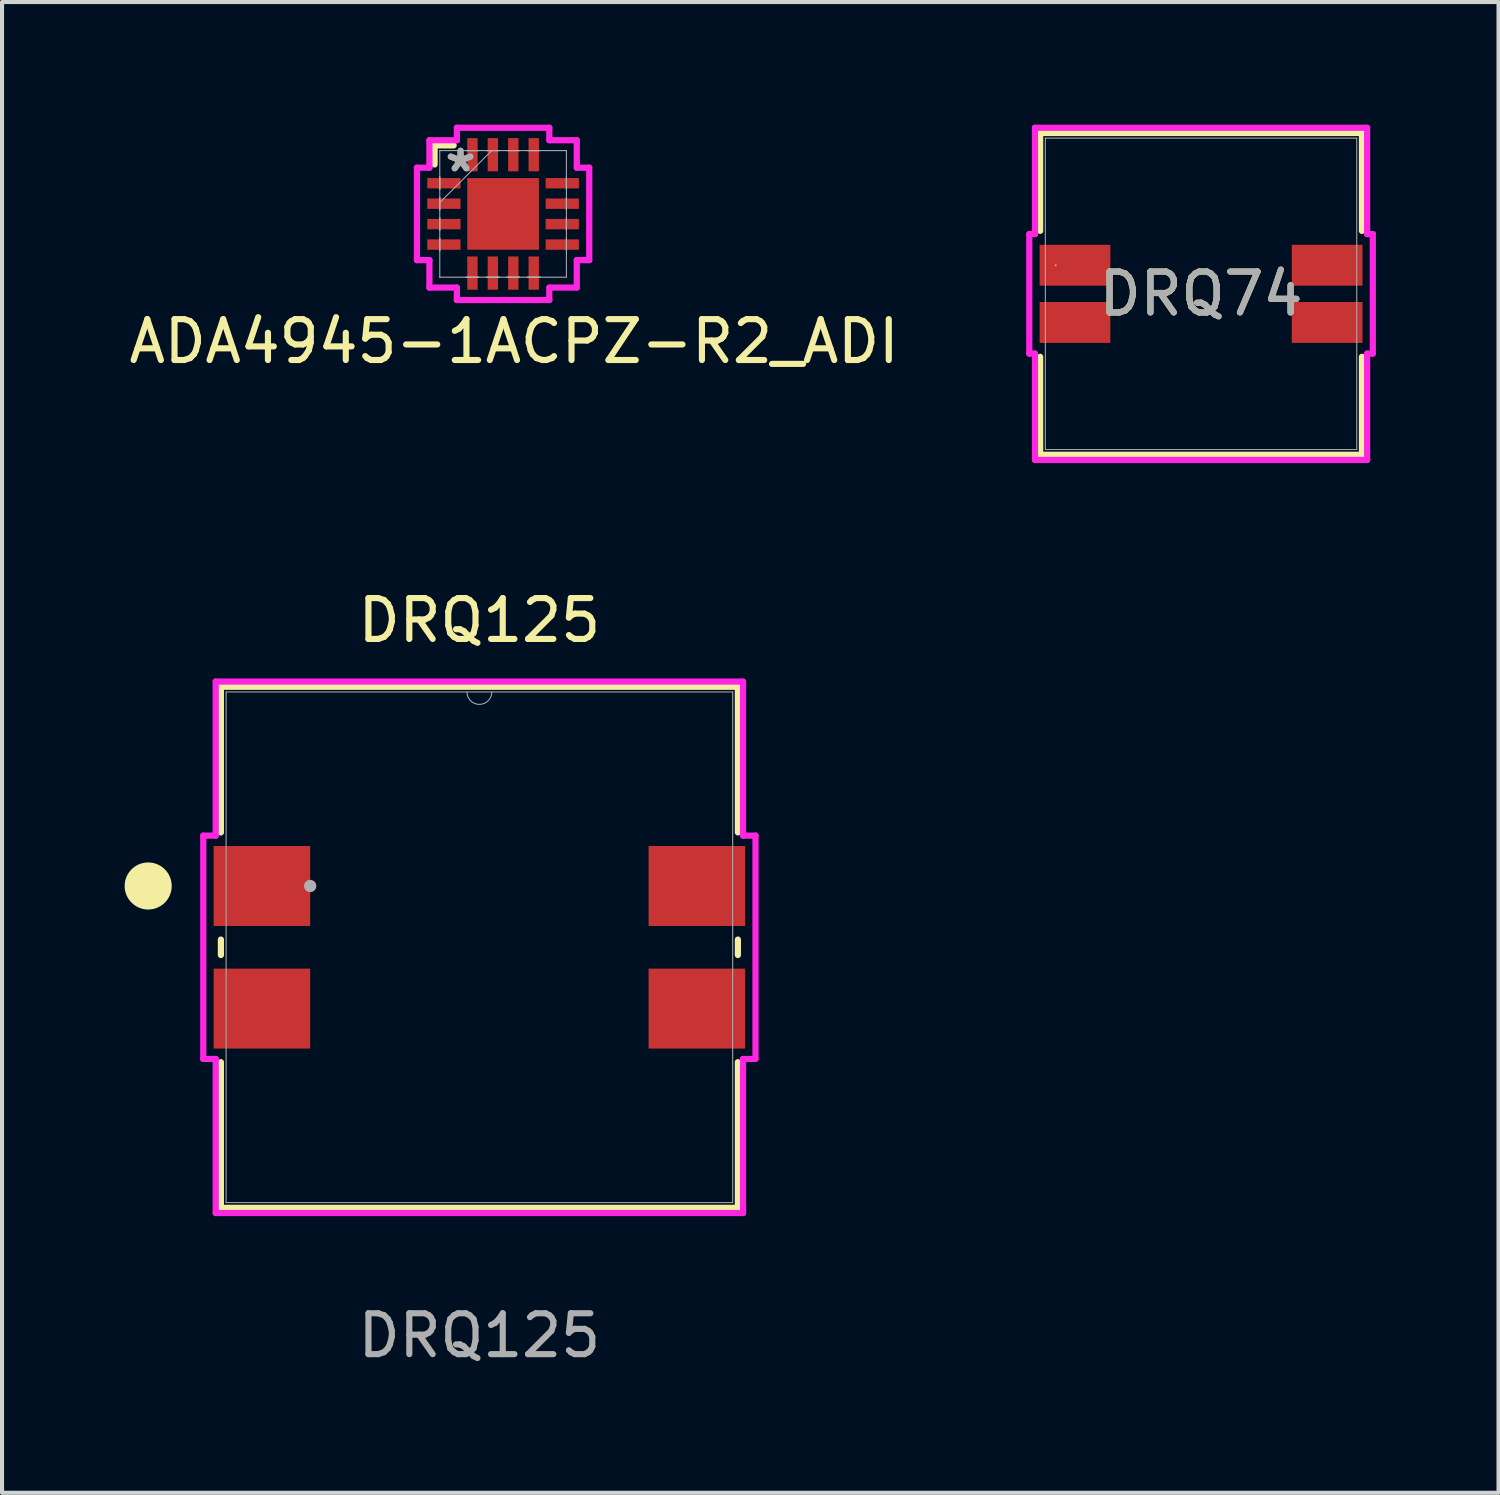
<source format=kicad_pcb>
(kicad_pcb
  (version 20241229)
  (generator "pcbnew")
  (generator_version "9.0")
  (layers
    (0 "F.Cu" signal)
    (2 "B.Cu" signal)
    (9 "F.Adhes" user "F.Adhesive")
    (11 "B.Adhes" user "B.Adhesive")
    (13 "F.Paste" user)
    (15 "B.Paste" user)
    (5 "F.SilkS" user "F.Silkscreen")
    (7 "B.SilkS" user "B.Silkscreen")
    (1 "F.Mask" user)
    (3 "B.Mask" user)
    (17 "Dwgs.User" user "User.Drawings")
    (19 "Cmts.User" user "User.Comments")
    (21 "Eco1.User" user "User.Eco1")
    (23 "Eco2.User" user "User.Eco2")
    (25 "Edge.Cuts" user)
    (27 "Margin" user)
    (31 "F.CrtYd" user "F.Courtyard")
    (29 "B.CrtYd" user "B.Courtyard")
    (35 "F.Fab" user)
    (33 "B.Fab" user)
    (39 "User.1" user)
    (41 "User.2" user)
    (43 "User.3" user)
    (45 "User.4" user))
  (footprint "ADA4945-1ACPZ-R2_ADI"
    (layer "F.Cu")
    (at 9.26 2.184)
    (property "Reference" "ADA4945-1ACPZ-R2_ADI" (at 0.27 3.12 0) (unlocked yes) (layer "F.SilkS") (effects (font (size 1 1) (thickness 0.15))))
    (attr smd)
    (fp_line (start -1.676 -1.676) (end -1.676 -1.21) (stroke (width 0.152) (type solid)) (layer "F.SilkS"))
    (fp_line (start -1.21 -1.676) (end -1.676 -1.676) (stroke (width 0.152) (type solid)) (layer "F.SilkS"))
    (fp_line (start -2.108 -1.131) (end -1.803 -1.131) (stroke (width 0.152) (type solid)) (layer "F.CrtYd"))
    (fp_line (start -2.108 1.131) (end -2.108 -1.131) (stroke (width 0.152) (type solid)) (layer "F.CrtYd"))
    (fp_line (start -1.803 -1.803) (end -1.131 -1.803) (stroke (width 0.152) (type solid)) (layer "F.CrtYd"))
    (fp_line (start -1.803 -1.131) (end -1.803 -1.803) (stroke (width 0.152) (type solid)) (layer "F.CrtYd"))
    (fp_line (start -1.803 1.131) (end -2.108 1.131) (stroke (width 0.152) (type solid)) (layer "F.CrtYd"))
    (fp_line (start -1.803 1.803) (end -1.803 1.131) (stroke (width 0.152) (type solid)) (layer "F.CrtYd"))
    (fp_line (start -1.131 -2.108) (end 1.131 -2.108) (stroke (width 0.152) (type solid)) (layer "F.CrtYd"))
    (fp_line (start -1.131 -1.803) (end -1.131 -2.108) (stroke (width 0.152) (type solid)) (layer "F.CrtYd"))
    (fp_line (start -1.131 1.803) (end -1.803 1.803) (stroke (width 0.152) (type solid)) (layer "F.CrtYd"))
    (fp_line (start -1.131 2.108) (end -1.131 1.803) (stroke (width 0.152) (type solid)) (layer "F.CrtYd"))
    (fp_line (start 1.131 -2.108) (end 1.131 -1.803) (stroke (width 0.152) (type solid)) (layer "F.CrtYd"))
    (fp_line (start 1.131 -1.803) (end 1.803 -1.803) (stroke (width 0.152) (type solid)) (layer "F.CrtYd"))
    (fp_line (start 1.131 1.803) (end 1.131 2.108) (stroke (width 0.152) (type solid)) (layer "F.CrtYd"))
    (fp_line (start 1.131 2.108) (end -1.131 2.108) (stroke (width 0.152) (type solid)) (layer "F.CrtYd"))
    (fp_line (start 1.803 -1.803) (end 1.803 -1.131) (stroke (width 0.152) (type solid)) (layer "F.CrtYd"))
    (fp_line (start 1.803 -1.131) (end 2.108 -1.131) (stroke (width 0.152) (type solid)) (layer "F.CrtYd"))
    (fp_line (start 1.803 1.131) (end 1.803 1.803) (stroke (width 0.152) (type solid)) (layer "F.CrtYd"))
    (fp_line (start 1.803 1.803) (end 1.131 1.803) (stroke (width 0.152) (type solid)) (layer "F.CrtYd"))
    (fp_line (start 2.108 -1.131) (end 2.108 1.131) (stroke (width 0.152) (type solid)) (layer "F.CrtYd"))
    (fp_line (start 2.108 1.131) (end 1.803 1.131) (stroke (width 0.152) (type solid)) (layer "F.CrtYd"))
    (fp_line (start -1.549 -1.549) (end -1.549 -1.549) (stroke (width 0.025) (type solid)) (layer "F.Fab"))
    (fp_line (start -1.549 -1.549) (end -1.549 1.549) (stroke (width 0.025) (type solid)) (layer "F.Fab"))
    (fp_line (start -1.549 -0.902) (end -1.549 -0.902) (stroke (width 0.025) (type solid)) (layer "F.Fab"))
    (fp_line (start -1.549 -0.902) (end -1.549 -0.598) (stroke (width 0.025) (type solid)) (layer "F.Fab"))
    (fp_line (start -1.549 -0.598) (end -1.549 -0.902) (stroke (width 0.025) (type solid)) (layer "F.Fab"))
    (fp_line (start -1.549 -0.598) (end -1.549 -0.598) (stroke (width 0.025) (type solid)) (layer "F.Fab"))
    (fp_line (start -1.549 -0.402) (end -1.549 -0.402) (stroke (width 0.025) (type solid)) (layer "F.Fab"))
    (fp_line (start -1.549 -0.402) (end -1.549 -0.098) (stroke (width 0.025) (type solid)) (layer "F.Fab"))
    (fp_line (start -1.549 -0.279) (end -0.279 -1.549) (stroke (width 0.025) (type solid)) (layer "F.Fab"))
    (fp_line (start -1.549 -0.098) (end -1.549 -0.402) (stroke (width 0.025) (type solid)) (layer "F.Fab"))
    (fp_line (start -1.549 -0.098) (end -1.549 -0.098) (stroke (width 0.025) (type solid)) (layer "F.Fab"))
    (fp_line (start -1.549 0.098) (end -1.549 0.098) (stroke (width 0.025) (type solid)) (layer "F.Fab"))
    (fp_line (start -1.549 0.098) (end -1.549 0.402) (stroke (width 0.025) (type solid)) (layer "F.Fab"))
    (fp_line (start -1.549 0.402) (end -1.549 0.098) (stroke (width 0.025) (type solid)) (layer "F.Fab"))
    (fp_line (start -1.549 0.402) (end -1.549 0.402) (stroke (width 0.025) (type solid)) (layer "F.Fab"))
    (fp_line (start -1.549 0.598) (end -1.549 0.598) (stroke (width 0.025) (type solid)) (layer "F.Fab"))
    (fp_line (start -1.549 0.598) (end -1.549 0.902) (stroke (width 0.025) (type solid)) (layer "F.Fab"))
    (fp_line (start -1.549 0.902) (end -1.549 0.598) (stroke (width 0.025) (type solid)) (layer "F.Fab"))
    (fp_line (start -1.549 0.902) (end -1.549 0.902) (stroke (width 0.025) (type solid)) (layer "F.Fab"))
    (fp_line (start -1.549 1.549) (end -1.549 1.549) (stroke (width 0.025) (type solid)) (layer "F.Fab"))
    (fp_line (start -1.549 1.549) (end 1.549 1.549) (stroke (width 0.025) (type solid)) (layer "F.Fab"))
    (fp_line (start -0.902 -1.549) (end -0.902 -1.549) (stroke (width 0.025) (type solid)) (layer "F.Fab"))
    (fp_line (start -0.902 -1.549) (end -0.598 -1.549) (stroke (width 0.025) (type solid)) (layer "F.Fab"))
    (fp_line (start -0.902 1.549) (end -0.902 1.549) (stroke (width 0.025) (type solid)) (layer "F.Fab"))
    (fp_line (start -0.902 1.549) (end -0.598 1.549) (stroke (width 0.025) (type solid)) (layer "F.Fab"))
    (fp_line (start -0.598 -1.549) (end -0.902 -1.549) (stroke (width 0.025) (type solid)) (layer "F.Fab"))
    (fp_line (start -0.598 -1.549) (end -0.598 -1.549) (stroke (width 0.025) (type solid)) (layer "F.Fab"))
    (fp_line (start -0.598 1.549) (end -0.902 1.549) (stroke (width 0.025) (type solid)) (layer "F.Fab"))
    (fp_line (start -0.598 1.549) (end -0.598 1.549) (stroke (width 0.025) (type solid)) (layer "F.Fab"))
    (fp_line (start -0.402 -1.549) (end -0.402 -1.549) (stroke (width 0.025) (type solid)) (layer "F.Fab"))
    (fp_line (start -0.402 -1.549) (end -0.098 -1.549) (stroke (width 0.025) (type solid)) (layer "F.Fab"))
    (fp_line (start -0.402 1.549) (end -0.402 1.549) (stroke (width 0.025) (type solid)) (layer "F.Fab"))
    (fp_line (start -0.402 1.549) (end -0.098 1.549) (stroke (width 0.025) (type solid)) (layer "F.Fab"))
    (fp_line (start -0.098 -1.549) (end -0.402 -1.549) (stroke (width 0.025) (type solid)) (layer "F.Fab"))
    (fp_line (start -0.098 -1.549) (end -0.098 -1.549) (stroke (width 0.025) (type solid)) (layer "F.Fab"))
    (fp_line (start -0.098 1.549) (end -0.402 1.549) (stroke (width 0.025) (type solid)) (layer "F.Fab"))
    (fp_line (start -0.098 1.549) (end -0.098 1.549) (stroke (width 0.025) (type solid)) (layer "F.Fab"))
    (fp_line (start 0.098 -1.549) (end 0.098 -1.549) (stroke (width 0.025) (type solid)) (layer "F.Fab"))
    (fp_line (start 0.098 -1.549) (end 0.402 -1.549) (stroke (width 0.025) (type solid)) (layer "F.Fab"))
    (fp_line (start 0.098 1.549) (end 0.098 1.549) (stroke (width 0.025) (type solid)) (layer "F.Fab"))
    (fp_line (start 0.098 1.549) (end 0.402 1.549) (stroke (width 0.025) (type solid)) (layer "F.Fab"))
    (fp_line (start 0.402 -1.549) (end 0.098 -1.549) (stroke (width 0.025) (type solid)) (layer "F.Fab"))
    (fp_line (start 0.402 -1.549) (end 0.402 -1.549) (stroke (width 0.025) (type solid)) (layer "F.Fab"))
    (fp_line (start 0.402 1.549) (end 0.098 1.549) (stroke (width 0.025) (type solid)) (layer "F.Fab"))
    (fp_line (start 0.402 1.549) (end 0.402 1.549) (stroke (width 0.025) (type solid)) (layer "F.Fab"))
    (fp_line (start 0.598 -1.549) (end 0.598 -1.549) (stroke (width 0.025) (type solid)) (layer "F.Fab"))
    (fp_line (start 0.598 -1.549) (end 0.902 -1.549) (stroke (width 0.025) (type solid)) (layer "F.Fab"))
    (fp_line (start 0.598 1.549) (end 0.598 1.549) (stroke (width 0.025) (type solid)) (layer "F.Fab"))
    (fp_line (start 0.598 1.549) (end 0.902 1.549) (stroke (width 0.025) (type solid)) (layer "F.Fab"))
    (fp_line (start 0.902 -1.549) (end 0.598 -1.549) (stroke (width 0.025) (type solid)) (layer "F.Fab"))
    (fp_line (start 0.902 -1.549) (end 0.902 -1.549) (stroke (width 0.025) (type solid)) (layer "F.Fab"))
    (fp_line (start 0.902 1.549) (end 0.598 1.549) (stroke (width 0.025) (type solid)) (layer "F.Fab"))
    (fp_line (start 0.902 1.549) (end 0.902 1.549) (stroke (width 0.025) (type solid)) (layer "F.Fab"))
    (fp_line (start 1.549 -1.549) (end -1.549 -1.549) (stroke (width 0.025) (type solid)) (layer "F.Fab"))
    (fp_line (start 1.549 -1.549) (end 1.549 -1.549) (stroke (width 0.025) (type solid)) (layer "F.Fab"))
    (fp_line (start 1.549 -0.902) (end 1.549 -0.902) (stroke (width 0.025) (type solid)) (layer "F.Fab"))
    (fp_line (start 1.549 -0.902) (end 1.549 -0.598) (stroke (width 0.025) (type solid)) (layer "F.Fab"))
    (fp_line (start 1.549 -0.598) (end 1.549 -0.902) (stroke (width 0.025) (type solid)) (layer "F.Fab"))
    (fp_line (start 1.549 -0.598) (end 1.549 -0.598) (stroke (width 0.025) (type solid)) (layer "F.Fab"))
    (fp_line (start 1.549 -0.402) (end 1.549 -0.402) (stroke (width 0.025) (type solid)) (layer "F.Fab"))
    (fp_line (start 1.549 -0.402) (end 1.549 -0.098) (stroke (width 0.025) (type solid)) (layer "F.Fab"))
    (fp_line (start 1.549 -0.098) (end 1.549 -0.402) (stroke (width 0.025) (type solid)) (layer "F.Fab"))
    (fp_line (start 1.549 -0.098) (end 1.549 -0.098) (stroke (width 0.025) (type solid)) (layer "F.Fab"))
    (fp_line (start 1.549 0.098) (end 1.549 0.098) (stroke (width 0.025) (type solid)) (layer "F.Fab"))
    (fp_line (start 1.549 0.098) (end 1.549 0.402) (stroke (width 0.025) (type solid)) (layer "F.Fab"))
    (fp_line (start 1.549 0.402) (end 1.549 0.098) (stroke (width 0.025) (type solid)) (layer "F.Fab"))
    (fp_line (start 1.549 0.402) (end 1.549 0.402) (stroke (width 0.025) (type solid)) (layer "F.Fab"))
    (fp_line (start 1.549 0.598) (end 1.549 0.598) (stroke (width 0.025) (type solid)) (layer "F.Fab"))
    (fp_line (start 1.549 0.598) (end 1.549 0.902) (stroke (width 0.025) (type solid)) (layer "F.Fab"))
    (fp_line (start 1.549 0.902) (end 1.549 0.598) (stroke (width 0.025) (type solid)) (layer "F.Fab"))
    (fp_line (start 1.549 0.902) (end 1.549 0.902) (stroke (width 0.025) (type solid)) (layer "F.Fab"))
    (fp_line (start 1.549 1.549) (end 1.549 -1.549) (stroke (width 0.025) (type solid)) (layer "F.Fab"))
    (fp_line (start 1.549 1.549) (end 1.549 1.549) (stroke (width 0.025) (type solid)) (layer "F.Fab"))
    (fp_text user "*" (at -1.041 -1 0) (layer "F.Fab") (effects (font (size 1 1) (thickness 0.15))))
    (fp_text user "*" (at -1.041 -1 0) (unlocked yes) (layer "F.Fab") (effects (font (size 1 1) (thickness 0.15))))
    (pad "1" smd rect (at -1.448 -0.75 90) (size 0.254 0.813) (layers "F.Cu" "F.Mask" "F.Paste"))
    (pad "2" smd rect (at -1.448 -0.25 90) (size 0.254 0.813) (layers "F.Cu" "F.Mask" "F.Paste"))
    (pad "3" smd rect (at -1.448 0.25 90) (size 0.254 0.813) (layers "F.Cu" "F.Mask" "F.Paste"))
    (pad "4" smd rect (at -1.448 0.75 90) (size 0.254 0.813) (layers "F.Cu" "F.Mask" "F.Paste"))
    (pad "5" smd rect (at -0.75 1.448) (size 0.254 0.813) (layers "F.Cu" "F.Mask" "F.Paste"))
    (pad "6" smd rect (at -0.25 1.448) (size 0.254 0.813) (layers "F.Cu" "F.Mask" "F.Paste"))
    (pad "7" smd rect (at 0.25 1.448) (size 0.254 0.813) (layers "F.Cu" "F.Mask" "F.Paste"))
    (pad "8" smd rect (at 0.75 1.448) (size 0.254 0.813) (layers "F.Cu" "F.Mask" "F.Paste"))
    (pad "9" smd rect (at 1.448 0.75 90) (size 0.254 0.813) (layers "F.Cu" "F.Mask" "F.Paste"))
    (pad "10" smd rect (at 1.448 0.25 90) (size 0.254 0.813) (layers "F.Cu" "F.Mask" "F.Paste"))
    (pad "11" smd rect (at 1.448 -0.25 90) (size 0.254 0.813) (layers "F.Cu" "F.Mask" "F.Paste"))
    (pad "12" smd rect (at 1.448 -0.75 90) (size 0.254 0.813) (layers "F.Cu" "F.Mask" "F.Paste"))
    (pad "13" smd rect (at 0.75 -1.448) (size 0.254 0.813) (layers "F.Cu" "F.Mask" "F.Paste"))
    (pad "14" smd rect (at 0.25 -1.448) (size 0.254 0.813) (layers "F.Cu" "F.Mask" "F.Paste"))
    (pad "15" smd rect (at -0.25 -1.448) (size 0.254 0.813) (layers "F.Cu" "F.Mask" "F.Paste"))
    (pad "16" smd rect (at -0.75 -1.448) (size 0.254 0.813) (layers "F.Cu" "F.Mask" "F.Paste"))
    (pad "17" smd rect (at 0 0) (size 1.753 1.753) (layers "F.Cu" "F.Mask" "F.Paste")))
  (footprint "DRQ74"
    (layer "F.Cu")
    (at 26.338 4.14)
    (property "Reference" "DRQ74" (at 0 0 0) (unlocked yes) (layer "F.SilkS") (effects (font (size 1 1) (thickness 0.15))))
    (attr smd)
    (fp_line (start -3.937 -3.937) (end -3.937 -1.541) (stroke (width 0.152) (type solid)) (layer "F.SilkS"))
    (fp_line (start -3.937 1.541) (end -3.937 3.937) (stroke (width 0.152) (type solid)) (layer "F.SilkS"))
    (fp_line (start -3.937 3.937) (end 3.937 3.937) (stroke (width 0.152) (type solid)) (layer "F.SilkS"))
    (fp_line (start 3.937 -3.937) (end -3.937 -3.937) (stroke (width 0.152) (type solid)) (layer "F.SilkS"))
    (fp_line (start 3.937 -1.541) (end 3.937 -3.937) (stroke (width 0.152) (type solid)) (layer "F.SilkS"))
    (fp_line (start 3.937 3.937) (end 3.937 1.541) (stroke (width 0.152) (type solid)) (layer "F.SilkS"))
    (fp_line (start -4.203 -1.462) (end -4.064 -1.462) (stroke (width 0.152) (type solid)) (layer "F.CrtYd"))
    (fp_line (start -4.203 1.462) (end -4.203 -1.462) (stroke (width 0.152) (type solid)) (layer "F.CrtYd"))
    (fp_line (start -4.203 1.462) (end -4.064 1.462) (stroke (width 0.152) (type solid)) (layer "F.CrtYd"))
    (fp_line (start -4.064 -4.064) (end 4.064 -4.064) (stroke (width 0.152) (type solid)) (layer "F.CrtYd"))
    (fp_line (start -4.064 -1.462) (end -4.064 -4.064) (stroke (width 0.152) (type solid)) (layer "F.CrtYd"))
    (fp_line (start -4.064 4.064) (end -4.064 1.462) (stroke (width 0.152) (type solid)) (layer "F.CrtYd"))
    (fp_line (start 4.064 -4.064) (end 4.064 -1.462) (stroke (width 0.152) (type solid)) (layer "F.CrtYd"))
    (fp_line (start 4.064 1.462) (end 4.064 4.064) (stroke (width 0.152) (type solid)) (layer "F.CrtYd"))
    (fp_line (start 4.064 4.064) (end -4.064 4.064) (stroke (width 0.152) (type solid)) (layer "F.CrtYd"))
    (fp_line (start 4.203 -1.462) (end 4.064 -1.462) (stroke (width 0.152) (type solid)) (layer "F.CrtYd"))
    (fp_line (start 4.203 -1.462) (end 4.203 1.462) (stroke (width 0.152) (type solid)) (layer "F.CrtYd"))
    (fp_line (start 4.203 1.462) (end 4.064 1.462) (stroke (width 0.152) (type solid)) (layer "F.CrtYd"))
    (fp_line (start -3.81 -3.81) (end -3.81 3.81) (stroke (width 0.025) (type solid)) (layer "F.Fab"))
    (fp_line (start -3.81 3.81) (end 3.81 3.81) (stroke (width 0.025) (type solid)) (layer "F.Fab"))
    (fp_line (start 3.81 -3.81) (end -3.81 -3.81) (stroke (width 0.025) (type solid)) (layer "F.Fab"))
    (fp_line (start 3.81 3.81) (end 3.81 -3.81) (stroke (width 0.025) (type solid)) (layer "F.Fab"))
    (fp_circle (center -3.556 -0.7) (end -3.556 -0.7) (stroke (width 0.025) (type solid)) (fill no) (layer "F.Fab"))
    (fp_text user "${REFERENCE}" (at 0 0 0) (unlocked yes) (layer "F.Fab") (effects (font (size 1 1) (thickness 0.15))))
    (pad "1" smd rect (at -3.085 -0.7) (size 1.73 1) (layers "F.Cu" "F.Mask" "F.Paste"))
    (pad "2" smd rect (at -3.085 0.7) (size 1.73 1) (layers "F.Cu" "F.Mask" "F.Paste"))
    (pad "3" smd rect (at 3.085 0.7) (size 1.73 1) (layers "F.Cu" "F.Mask" "F.Paste"))
    (pad "4" smd rect (at 3.085 -0.7) (size 1.73 1) (layers "F.Cu" "F.Mask" "F.Paste")))
  (footprint "DRQ125"
    (layer "F.Cu")
    (at 8.68 20.129)
    (property "Reference" "DRQ125" (at 0 -8 0) (unlocked yes) (layer "F.SilkS") (effects (font (size 1 1) (thickness 0.15))))
    (attr smd)
    (fp_line (start -6.325 -6.375) (end -6.325 -2.811) (stroke (width 0.152) (type solid)) (layer "F.SilkS"))
    (fp_line (start -6.325 -0.189) (end -6.325 0.189) (stroke (width 0.152) (type solid)) (layer "F.SilkS"))
    (fp_line (start -6.325 2.811) (end -6.325 6.375) (stroke (width 0.152) (type solid)) (layer "F.SilkS"))
    (fp_line (start -6.325 6.375) (end 6.325 6.375) (stroke (width 0.152) (type solid)) (layer "F.SilkS"))
    (fp_line (start 6.325 -6.375) (end -6.325 -6.375) (stroke (width 0.152) (type solid)) (layer "F.SilkS"))
    (fp_line (start 6.325 -2.811) (end 6.325 -6.375) (stroke (width 0.152) (type solid)) (layer "F.SilkS"))
    (fp_line (start 6.325 0.189) (end 6.325 -0.189) (stroke (width 0.152) (type solid)) (layer "F.SilkS"))
    (fp_line (start 6.325 6.375) (end 6.325 2.811) (stroke (width 0.152) (type solid)) (layer "F.SilkS"))
    (fp_circle (center -8.104 -1.5) (end -7.604 -1.5) (stroke (width 0.152) (type solid)) (fill yes) (layer "F.SilkS"))
    (fp_line (start -6.756 -2.732) (end -6.452 -2.732) (stroke (width 0.152) (type solid)) (layer "F.CrtYd"))
    (fp_line (start -6.756 2.732) (end -6.756 -2.732) (stroke (width 0.152) (type solid)) (layer "F.CrtYd"))
    (fp_line (start -6.756 2.732) (end -6.452 2.732) (stroke (width 0.152) (type solid)) (layer "F.CrtYd"))
    (fp_line (start -6.452 -6.502) (end 6.452 -6.502) (stroke (width 0.152) (type solid)) (layer "F.CrtYd"))
    (fp_line (start -6.452 -2.732) (end -6.452 -6.502) (stroke (width 0.152) (type solid)) (layer "F.CrtYd"))
    (fp_line (start -6.452 6.502) (end -6.452 2.732) (stroke (width 0.152) (type solid)) (layer "F.CrtYd"))
    (fp_line (start 6.452 -6.502) (end 6.452 -2.732) (stroke (width 0.152) (type solid)) (layer "F.CrtYd"))
    (fp_line (start 6.452 2.732) (end 6.452 6.502) (stroke (width 0.152) (type solid)) (layer "F.CrtYd"))
    (fp_line (start 6.452 6.502) (end -6.452 6.502) (stroke (width 0.152) (type solid)) (layer "F.CrtYd"))
    (fp_line (start 6.756 -2.732) (end 6.452 -2.732) (stroke (width 0.152) (type solid)) (layer "F.CrtYd"))
    (fp_line (start 6.756 -2.732) (end 6.756 2.732) (stroke (width 0.152) (type solid)) (layer "F.CrtYd"))
    (fp_line (start 6.756 2.732) (end 6.452 2.732) (stroke (width 0.152) (type solid)) (layer "F.CrtYd"))
    (fp_line (start -6.198 -6.248) (end -6.198 6.248) (stroke (width 0.025) (type solid)) (layer "F.Fab"))
    (fp_line (start -6.198 6.248) (end 6.198 6.248) (stroke (width 0.025) (type solid)) (layer "F.Fab"))
    (fp_line (start 6.198 -6.248) (end -6.198 -6.248) (stroke (width 0.025) (type solid)) (layer "F.Fab"))
    (fp_line (start 6.198 6.248) (end 6.198 -6.248) (stroke (width 0.025) (type solid)) (layer "F.Fab"))
    (fp_arc (start 0.3048 -6.2484) (mid 0 -5.9436) (end -0.3048 -6.2484) (stroke (width 0.0254) (type solid)) (layer "F.Fab"))
    (fp_circle (center -4.14 -1.5) (end -4.14 -1.5) (stroke (width 0.152) (type solid)) (fill no) (layer "F.Fab"))
    (fp_text user "${REFERENCE}" (at 0 9.5 0) (unlocked yes) (layer "F.Fab") (effects (font (size 1 1) (thickness 0.15))))
    (pad "1" smd rect (at -5.321 -1.5) (size 2.362 1.956) (layers "F.Cu" "F.Mask" "F.Paste"))
    (pad "2" smd rect (at -5.321 1.5) (size 2.362 1.956) (layers "F.Cu" "F.Mask" "F.Paste"))
    (pad "3" smd rect (at 5.321 1.5) (size 2.362 1.956) (layers "F.Cu" "F.Mask" "F.Paste"))
    (pad "4" smd rect (at 5.321 -1.5) (size 2.362 1.956) (layers "F.Cu" "F.Mask" "F.Paste")))
  (gr_rect
    (start -3 -3)
    (end 33.617 33.477)
    (stroke (width 0.1) (type default))
    (fill no)
    (layer "Edge.Cuts")))
</source>
